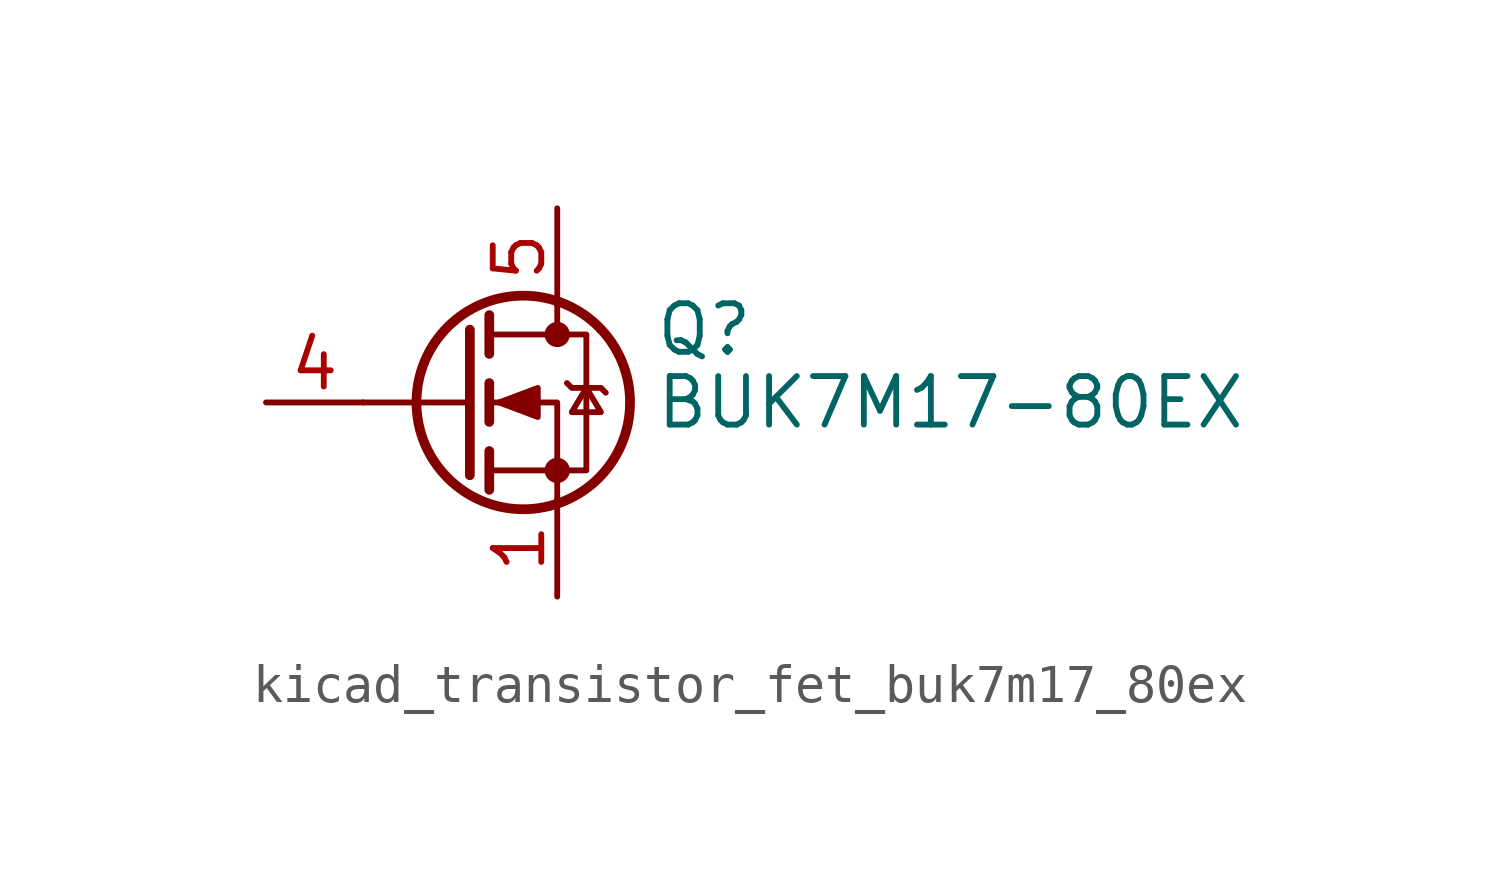
<source format=kicad_sym>
(kicad_symbol_lib
  (version 20220914)
  (generator kicad_symbol_editor)
  (symbol "kicad_transistor_fet_buk7m17_80ex"
    (pin_names hide)
    (property "Reference" "Q"
      (at 5.08 1.905 0)
      (effects (font (size 1.27 1.27)) (justify left)))
    (property "Value" "BUK7M17-80EX"
      (at 5.08 0 0)
      (effects (font (size 1.27 1.27)) (justify left)))
    (symbol "kicad_transistor_fet_buk7m17_80ex_0_1"
      (polyline (pts (xy 0.254 0) (xy -2.54 0)) (stroke (width 0) (type default)) (fill (type none)))
      (polyline (pts (xy 0.254 1.905) (xy 0.254 -1.905)) (stroke (width 0.254) (type default)) (fill (type none)))
      (polyline (pts (xy 0.762 -1.27) (xy 0.762 -2.286)) (stroke (width 0.254) (type default)) (fill (type none)))
      (polyline (pts (xy 0.762 0.508) (xy 0.762 -0.508)) (stroke (width 0.254) (type default)) (fill (type none)))
      (polyline (pts (xy 0.762 2.286) (xy 0.762 1.27)) (stroke (width 0.254) (type default)) (fill (type none)))
      (polyline (pts (xy 2.54 2.54) (xy 2.54 1.778)) (stroke (width 0) (type default)) (fill (type none)))
      (polyline (pts (xy 2.54 -2.54) (xy 2.54 0) (xy 0.762 0)) (stroke (width 0) (type default)) (fill (type none)))
      (polyline (pts (xy 0.762 -1.778) (xy 3.302 -1.778) (xy 3.302 1.778) (xy 0.762 1.778)) (stroke (width 0) (type default)) (fill (type none)))
      (polyline (pts (xy 1.016 0) (xy 2.032 0.381) (xy 2.032 -0.381) (xy 1.016 0)) (stroke (width 0) (type default)) (fill (type outline)))
      (polyline (pts (xy 2.794 0.508) (xy 2.921 0.381) (xy 3.683 0.381) (xy 3.81 0.254)) (stroke (width 0) (type default)) (fill (type none)))
      (polyline (pts (xy 3.302 0.381) (xy 2.921 -0.254) (xy 3.683 -0.254) (xy 3.302 0.381)) (stroke (width 0) (type default)) (fill (type none)))
      (circle (center 1.651 0) (radius 2.794) (stroke (width 0.254) (type default)) (fill (type none)))
      (circle (center 2.54 -1.778) (radius 0.254) (stroke (width 0) (type default)) (fill (type outline)))
      (circle (center 2.54 1.778) (radius 0.254) (stroke (width 0) (type default)) (fill (type outline))))
    (symbol "kicad_transistor_fet_buk7m17_80ex_1_1"
      (pin passive line (at 2.54 -5.08 90) (length 2.54) (name "S" (effects (font (size 1.27 1.27)))) (number "1" (effects (font (size 1.27 1.27)))))
      (pin passive line (at 2.54 -5.08 90) (length 2.54) hide (name "S" (effects (font (size 1.27 1.27)))) (number "2" (effects (font (size 1.27 1.27)))))
      (pin passive line (at 2.54 -5.08 90) (length 2.54) hide (name "S" (effects (font (size 1.27 1.27)))) (number "3" (effects (font (size 1.27 1.27)))))
      (pin passive line (at -5.08 0 0) (length 2.54) (name "G" (effects (font (size 1.27 1.27)))) (number "4" (effects (font (size 1.27 1.27)))))
      (pin passive line (at 2.54 5.08 270) (length 2.54) (name "D" (effects (font (size 1.27 1.27)))) (number "5" (effects (font (size 1.27 1.27))))))))
</source>
